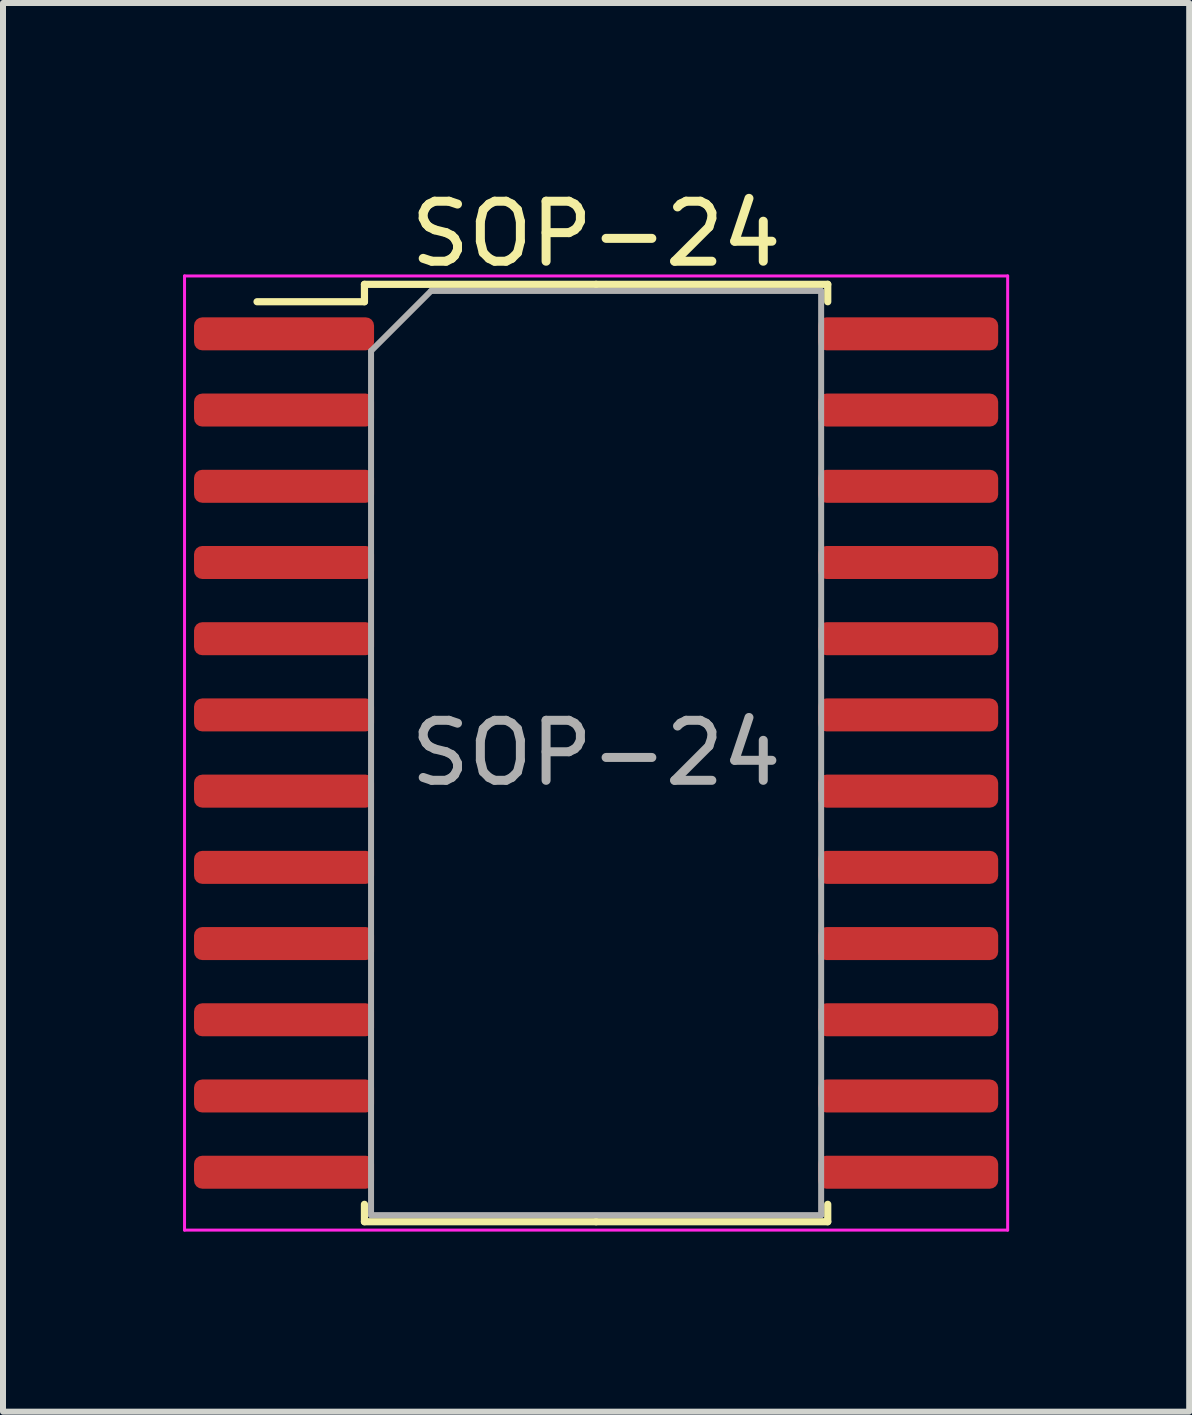
<source format=kicad_pcb>
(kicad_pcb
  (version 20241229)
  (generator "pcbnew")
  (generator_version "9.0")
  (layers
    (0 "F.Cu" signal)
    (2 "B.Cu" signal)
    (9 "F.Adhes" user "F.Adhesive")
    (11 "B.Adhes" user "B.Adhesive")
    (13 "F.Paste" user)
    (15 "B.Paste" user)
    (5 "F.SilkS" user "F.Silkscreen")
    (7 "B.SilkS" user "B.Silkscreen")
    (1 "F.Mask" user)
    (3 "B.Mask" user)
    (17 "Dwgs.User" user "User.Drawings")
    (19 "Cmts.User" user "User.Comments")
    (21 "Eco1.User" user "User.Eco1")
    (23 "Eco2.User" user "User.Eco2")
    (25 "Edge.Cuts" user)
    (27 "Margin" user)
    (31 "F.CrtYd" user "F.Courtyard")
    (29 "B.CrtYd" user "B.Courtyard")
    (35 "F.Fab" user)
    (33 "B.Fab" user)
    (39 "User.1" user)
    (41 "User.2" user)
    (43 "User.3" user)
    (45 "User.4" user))
  (footprint "SOP-24"
    (layer "F.Cu")
    (at 6.883 9.498)
    (property "Reference" "SOP-24" (at 0 -8.65 0) (layer "F.SilkS") (effects (font (size 1 1) (thickness 0.15))))
    (attr smd)
    (fp_line (start -3.86 -7.81) (end -3.86 -7.52) (stroke (width 0.12) (type solid)) (layer "F.SilkS"))
    (fp_line (start -3.86 -7.52) (end -5.65 -7.52) (stroke (width 0.12) (type solid)) (layer "F.SilkS"))
    (fp_line (start -3.86 7.81) (end -3.86 7.52) (stroke (width 0.12) (type solid)) (layer "F.SilkS"))
    (fp_line (start 0 -7.81) (end -3.86 -7.81) (stroke (width 0.12) (type solid)) (layer "F.SilkS"))
    (fp_line (start 0 -7.81) (end 3.86 -7.81) (stroke (width 0.12) (type solid)) (layer "F.SilkS"))
    (fp_line (start 0 7.81) (end -3.86 7.81) (stroke (width 0.12) (type solid)) (layer "F.SilkS"))
    (fp_line (start 0 7.81) (end 3.86 7.81) (stroke (width 0.12) (type solid)) (layer "F.SilkS"))
    (fp_line (start 3.86 -7.81) (end 3.86 -7.52) (stroke (width 0.12) (type solid)) (layer "F.SilkS"))
    (fp_line (start 3.86 7.81) (end 3.86 7.52) (stroke (width 0.12) (type solid)) (layer "F.SilkS"))
    (fp_line (start -6.858 -7.95) (end -6.858 7.95) (stroke (width 0.05) (type solid)) (layer "F.CrtYd"))
    (fp_line (start -6.858 7.95) (end 6.858 7.95) (stroke (width 0.05) (type solid)) (layer "F.CrtYd"))
    (fp_line (start 6.858 -7.95) (end -6.858 -7.95) (stroke (width 0.05) (type solid)) (layer "F.CrtYd"))
    (fp_line (start 6.858 7.95) (end 6.858 -7.95) (stroke (width 0.05) (type solid)) (layer "F.CrtYd"))
    (fp_line (start -3.75 -6.7) (end -2.75 -7.7) (stroke (width 0.1) (type solid)) (layer "F.Fab"))
    (fp_line (start -3.75 7.7) (end -3.75 -6.7) (stroke (width 0.1) (type solid)) (layer "F.Fab"))
    (fp_line (start -2.75 -7.7) (end 3.75 -7.7) (stroke (width 0.1) (type solid)) (layer "F.Fab"))
    (fp_line (start 3.75 -7.7) (end 3.75 7.7) (stroke (width 0.1) (type solid)) (layer "F.Fab"))
    (fp_line (start 3.75 7.7) (end -3.75 7.7) (stroke (width 0.1) (type solid)) (layer "F.Fab"))
    (fp_text user "${REFERENCE}" (at 0 0 0) (layer "F.Fab") (effects (font (size 1 1) (thickness 0.15))))
    (pad "1" smd roundrect (at -5.2 -6.985) (size 3 0.55) (layers "F.Cu" "F.Mask" "F.Paste") (roundrect_rratio 0.25))
    (pad "2" smd roundrect (at -5.2 -5.715) (size 3 0.55) (layers "F.Cu" "F.Mask" "F.Paste") (roundrect_rratio 0.25))
    (pad "3" smd roundrect (at -5.2 -4.445) (size 3 0.55) (layers "F.Cu" "F.Mask" "F.Paste") (roundrect_rratio 0.25))
    (pad "4" smd roundrect (at -5.2 -3.175) (size 3 0.55) (layers "F.Cu" "F.Mask" "F.Paste") (roundrect_rratio 0.25))
    (pad "5" smd roundrect (at -5.2 -1.905) (size 3 0.55) (layers "F.Cu" "F.Mask" "F.Paste") (roundrect_rratio 0.25))
    (pad "6" smd roundrect (at -5.2 -0.635) (size 3 0.55) (layers "F.Cu" "F.Mask" "F.Paste") (roundrect_rratio 0.25))
    (pad "7" smd roundrect (at -5.2 0.635) (size 3 0.55) (layers "F.Cu" "F.Mask" "F.Paste") (roundrect_rratio 0.25))
    (pad "8" smd roundrect (at -5.2 1.905) (size 3 0.55) (layers "F.Cu" "F.Mask" "F.Paste") (roundrect_rratio 0.25))
    (pad "9" smd roundrect (at -5.2 3.175) (size 3 0.55) (layers "F.Cu" "F.Mask" "F.Paste") (roundrect_rratio 0.25))
    (pad "10" smd roundrect (at -5.2 4.445) (size 3 0.55) (layers "F.Cu" "F.Mask" "F.Paste") (roundrect_rratio 0.25))
    (pad "11" smd roundrect (at -5.2 5.715) (size 3 0.55) (layers "F.Cu" "F.Mask" "F.Paste") (roundrect_rratio 0.25))
    (pad "12" smd roundrect (at -5.2 6.985) (size 3 0.55) (layers "F.Cu" "F.Mask" "F.Paste") (roundrect_rratio 0.25))
    (pad "13" smd roundrect (at 5.2 6.985) (size 3 0.55) (layers "F.Cu" "F.Mask" "F.Paste") (roundrect_rratio 0.25))
    (pad "14" smd roundrect (at 5.2 5.715) (size 3 0.55) (layers "F.Cu" "F.Mask" "F.Paste") (roundrect_rratio 0.25))
    (pad "15" smd roundrect (at 5.2 4.445) (size 3 0.55) (layers "F.Cu" "F.Mask" "F.Paste") (roundrect_rratio 0.25))
    (pad "16" smd roundrect (at 5.2 3.175) (size 3 0.55) (layers "F.Cu" "F.Mask" "F.Paste") (roundrect_rratio 0.25))
    (pad "17" smd roundrect (at 5.2 1.905) (size 3 0.55) (layers "F.Cu" "F.Mask" "F.Paste") (roundrect_rratio 0.25))
    (pad "18" smd roundrect (at 5.2 0.635) (size 3 0.55) (layers "F.Cu" "F.Mask" "F.Paste") (roundrect_rratio 0.25))
    (pad "19" smd roundrect (at 5.2 -0.635) (size 3 0.55) (layers "F.Cu" "F.Mask" "F.Paste") (roundrect_rratio 0.25))
    (pad "20" smd roundrect (at 5.2 -1.905) (size 3 0.55) (layers "F.Cu" "F.Mask" "F.Paste") (roundrect_rratio 0.25))
    (pad "21" smd roundrect (at 5.2 -3.175) (size 3 0.55) (layers "F.Cu" "F.Mask" "F.Paste") (roundrect_rratio 0.25))
    (pad "22" smd roundrect (at 5.2 -4.445) (size 3 0.55) (layers "F.Cu" "F.Mask" "F.Paste") (roundrect_rratio 0.25))
    (pad "23" smd roundrect (at 5.2 -5.715) (size 3 0.55) (layers "F.Cu" "F.Mask" "F.Paste") (roundrect_rratio 0.25))
    (pad "24" smd roundrect (at 5.2 -6.985) (size 3 0.55) (layers "F.Cu" "F.Mask" "F.Paste") (roundrect_rratio 0.25)))
  (gr_rect
    (start -3 -3)
    (end 16.766 20.473)
    (stroke (width 0.1) (type default))
    (fill no)
    (layer "Edge.Cuts")))
</source>
